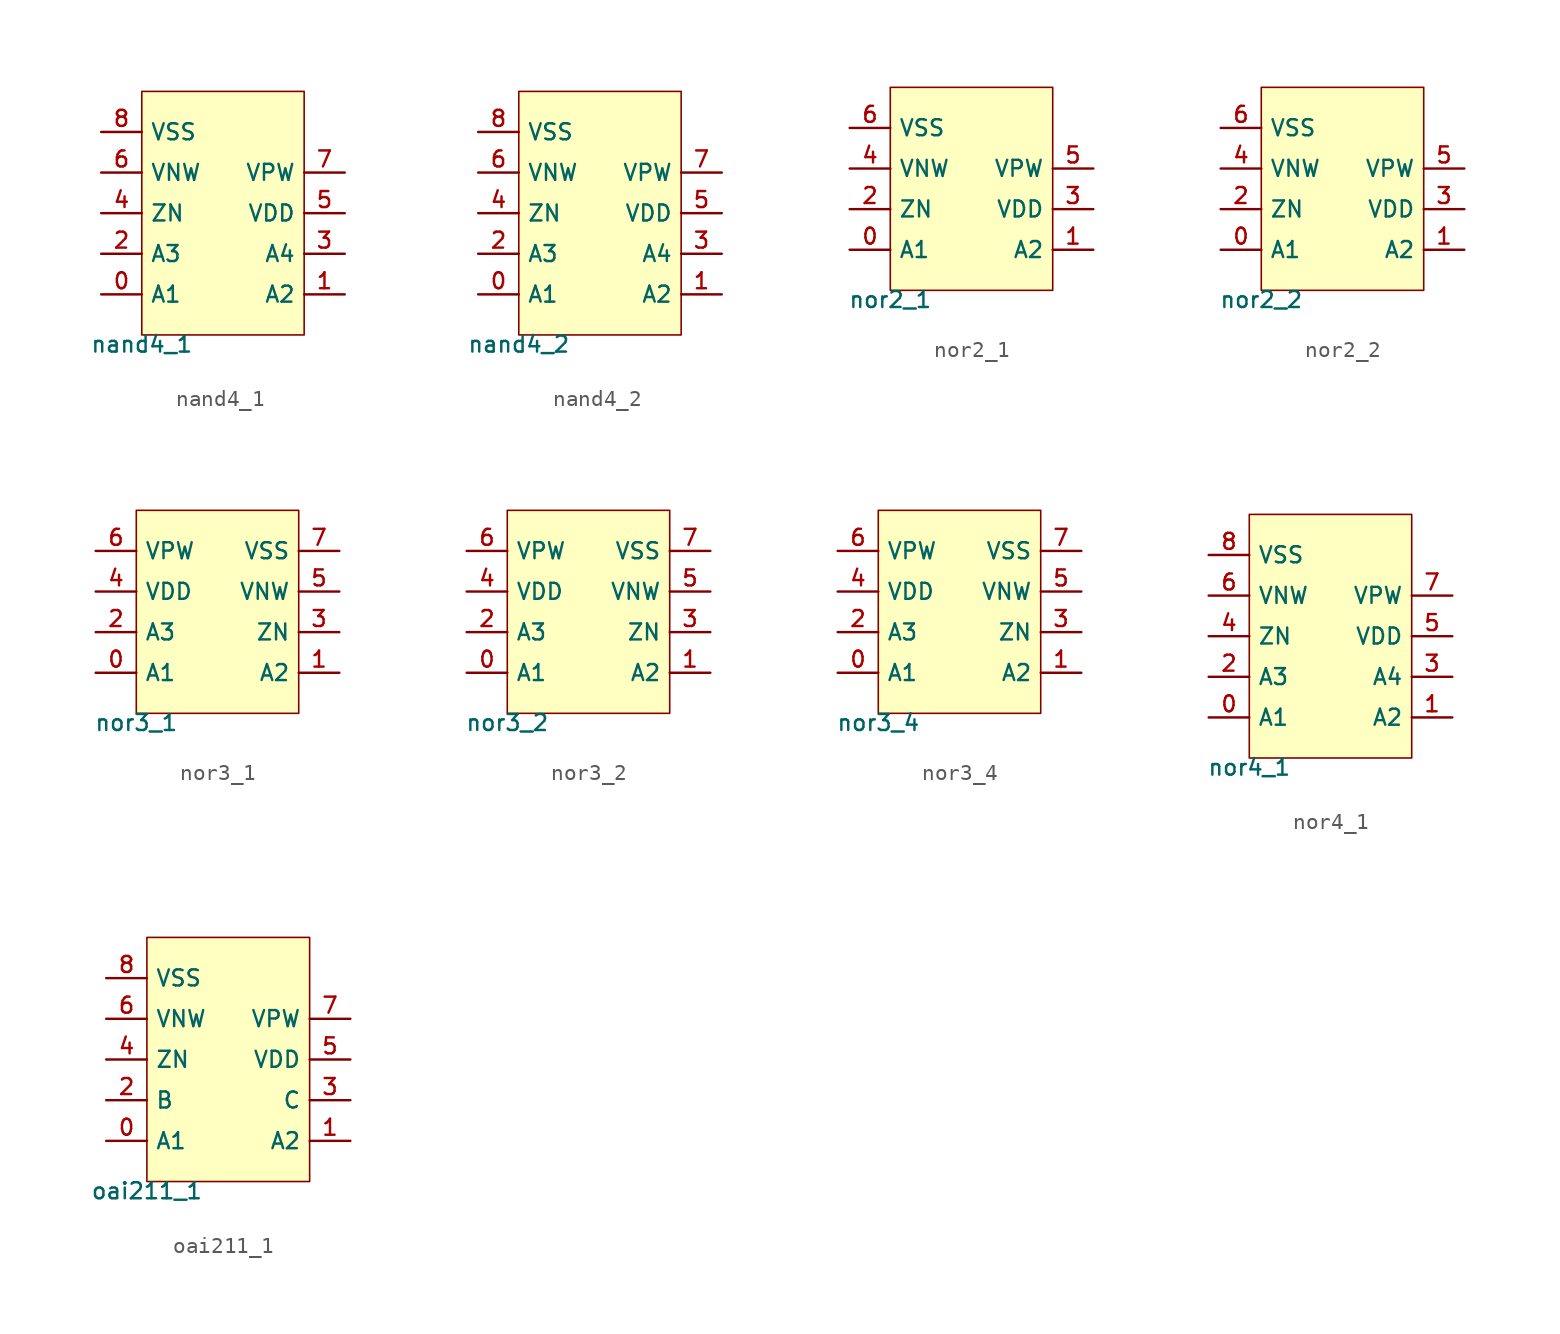
<source format=kicad_sym>
(kicad_symbol_lib
  (version 20211014)
  (generator pdk2kicad)
  (symbol "nand4_1"
    (property "Reference" "X"
      (at 0 0 0)
      (effects (font (size 1 1)) hide))
    (property "Value" "nand4_1"
      (at -5.08 -7.62 0)
      (effects (font (size 1 1)) (justify top)))
    (rectangle
      (start -5.08 -7.62)
      (end 5.08 7.62)
      (stroke (width 0.1) (type solid) (color 0 0 0 0))
      (fill (type background)))
    (pin bidirectional line
      (at -7.62 -5.08 0)
      (length 2.54)
      (name "A1" (effects (font (size 1 1)) hide))
      (number "0" (effects (font (size 1 1)) hide)))
    (pin bidirectional line
      (at 7.62 -5.08 180)
      (length 2.54)
      (name "A2" (effects (font (size 1 1)) hide))
      (number "1" (effects (font (size 1 1)) hide)))
    (pin bidirectional line
      (at -7.62 -2.54 0)
      (length 2.54)
      (name "A3" (effects (font (size 1 1)) hide))
      (number "2" (effects (font (size 1 1)) hide)))
    (pin bidirectional line
      (at 7.62 -2.54 180)
      (length 2.54)
      (name "A4" (effects (font (size 1 1)) hide))
      (number "3" (effects (font (size 1 1)) hide)))
    (pin bidirectional line
      (at -7.62 8.881784197001252e-16 0)
      (length 2.54)
      (name "ZN" (effects (font (size 1 1)) hide))
      (number "4" (effects (font (size 1 1)) hide)))
    (pin bidirectional line
      (at 7.62 8.881784197001252e-16 180)
      (length 2.54)
      (name "VDD" (effects (font (size 1 1)) hide))
      (number "5" (effects (font (size 1 1)) hide)))
    (pin bidirectional line
      (at -7.62 2.54 0)
      (length 2.54)
      (name "VNW" (effects (font (size 1 1)) hide))
      (number "6" (effects (font (size 1 1)) hide)))
    (pin bidirectional line
      (at 7.62 2.54 180)
      (length 2.54)
      (name "VPW" (effects (font (size 1 1)) hide))
      (number "7" (effects (font (size 1 1)) hide)))
    (pin bidirectional line
      (at -7.62 5.08 0)
      (length 2.54)
      (name "VSS" (effects (font (size 1 1)) hide))
      (number "8" (effects (font (size 1 1)) hide))))
  (symbol "nand4_2"
    (property "Reference" "X"
      (at 0 0 0)
      (effects (font (size 1 1)) hide))
    (property "Value" "nand4_2"
      (at -5.08 -7.62 0)
      (effects (font (size 1 1)) (justify top)))
    (rectangle
      (start -5.08 -7.62)
      (end 5.08 7.62)
      (stroke (width 0.1) (type solid) (color 0 0 0 0))
      (fill (type background)))
    (pin bidirectional line
      (at -7.62 -5.08 0)
      (length 2.54)
      (name "A1" (effects (font (size 1 1)) hide))
      (number "0" (effects (font (size 1 1)) hide)))
    (pin bidirectional line
      (at 7.62 -5.08 180)
      (length 2.54)
      (name "A2" (effects (font (size 1 1)) hide))
      (number "1" (effects (font (size 1 1)) hide)))
    (pin bidirectional line
      (at -7.62 -2.54 0)
      (length 2.54)
      (name "A3" (effects (font (size 1 1)) hide))
      (number "2" (effects (font (size 1 1)) hide)))
    (pin bidirectional line
      (at 7.62 -2.54 180)
      (length 2.54)
      (name "A4" (effects (font (size 1 1)) hide))
      (number "3" (effects (font (size 1 1)) hide)))
    (pin bidirectional line
      (at -7.62 8.881784197001252e-16 0)
      (length 2.54)
      (name "ZN" (effects (font (size 1 1)) hide))
      (number "4" (effects (font (size 1 1)) hide)))
    (pin bidirectional line
      (at 7.62 8.881784197001252e-16 180)
      (length 2.54)
      (name "VDD" (effects (font (size 1 1)) hide))
      (number "5" (effects (font (size 1 1)) hide)))
    (pin bidirectional line
      (at -7.62 2.54 0)
      (length 2.54)
      (name "VNW" (effects (font (size 1 1)) hide))
      (number "6" (effects (font (size 1 1)) hide)))
    (pin bidirectional line
      (at 7.62 2.54 180)
      (length 2.54)
      (name "VPW" (effects (font (size 1 1)) hide))
      (number "7" (effects (font (size 1 1)) hide)))
    (pin bidirectional line
      (at -7.62 5.08 0)
      (length 2.54)
      (name "VSS" (effects (font (size 1 1)) hide))
      (number "8" (effects (font (size 1 1)) hide))))
  (symbol "nor2_1"
    (property "Reference" "X"
      (at 0 0 0)
      (effects (font (size 1 1)) hide))
    (property "Value" "nor2_1"
      (at -5.08 -6.35 0)
      (effects (font (size 1 1)) (justify top)))
    (rectangle
      (start -5.08 -6.35)
      (end 5.08 6.35)
      (stroke (width 0.1) (type solid) (color 0 0 0 0))
      (fill (type background)))
    (pin bidirectional line
      (at -7.62 -3.81 0)
      (length 2.54)
      (name "A1" (effects (font (size 1 1)) hide))
      (number "0" (effects (font (size 1 1)) hide)))
    (pin bidirectional line
      (at 7.62 -3.81 180)
      (length 2.54)
      (name "A2" (effects (font (size 1 1)) hide))
      (number "1" (effects (font (size 1 1)) hide)))
    (pin bidirectional line
      (at -7.62 -1.27 0)
      (length 2.54)
      (name "ZN" (effects (font (size 1 1)) hide))
      (number "2" (effects (font (size 1 1)) hide)))
    (pin bidirectional line
      (at 7.62 -1.27 180)
      (length 2.54)
      (name "VDD" (effects (font (size 1 1)) hide))
      (number "3" (effects (font (size 1 1)) hide)))
    (pin bidirectional line
      (at -7.62 1.27 0)
      (length 2.54)
      (name "VNW" (effects (font (size 1 1)) hide))
      (number "4" (effects (font (size 1 1)) hide)))
    (pin bidirectional line
      (at 7.62 1.27 180)
      (length 2.54)
      (name "VPW" (effects (font (size 1 1)) hide))
      (number "5" (effects (font (size 1 1)) hide)))
    (pin bidirectional line
      (at -7.62 3.81 0)
      (length 2.54)
      (name "VSS" (effects (font (size 1 1)) hide))
      (number "6" (effects (font (size 1 1)) hide))))
  (symbol "nor2_2"
    (property "Reference" "X"
      (at 0 0 0)
      (effects (font (size 1 1)) hide))
    (property "Value" "nor2_2"
      (at -5.08 -6.35 0)
      (effects (font (size 1 1)) (justify top)))
    (rectangle
      (start -5.08 -6.35)
      (end 5.08 6.35)
      (stroke (width 0.1) (type solid) (color 0 0 0 0))
      (fill (type background)))
    (pin bidirectional line
      (at -7.62 -3.81 0)
      (length 2.54)
      (name "A1" (effects (font (size 1 1)) hide))
      (number "0" (effects (font (size 1 1)) hide)))
    (pin bidirectional line
      (at 7.62 -3.81 180)
      (length 2.54)
      (name "A2" (effects (font (size 1 1)) hide))
      (number "1" (effects (font (size 1 1)) hide)))
    (pin bidirectional line
      (at -7.62 -1.27 0)
      (length 2.54)
      (name "ZN" (effects (font (size 1 1)) hide))
      (number "2" (effects (font (size 1 1)) hide)))
    (pin bidirectional line
      (at 7.62 -1.27 180)
      (length 2.54)
      (name "VDD" (effects (font (size 1 1)) hide))
      (number "3" (effects (font (size 1 1)) hide)))
    (pin bidirectional line
      (at -7.62 1.27 0)
      (length 2.54)
      (name "VNW" (effects (font (size 1 1)) hide))
      (number "4" (effects (font (size 1 1)) hide)))
    (pin bidirectional line
      (at 7.62 1.27 180)
      (length 2.54)
      (name "VPW" (effects (font (size 1 1)) hide))
      (number "5" (effects (font (size 1 1)) hide)))
    (pin bidirectional line
      (at -7.62 3.81 0)
      (length 2.54)
      (name "VSS" (effects (font (size 1 1)) hide))
      (number "6" (effects (font (size 1 1)) hide))))
  (symbol "nor3_1"
    (property "Reference" "X"
      (at 0 0 0)
      (effects (font (size 1 1)) hide))
    (property "Value" "nor3_1"
      (at -5.08 -6.35 0)
      (effects (font (size 1 1)) (justify top)))
    (rectangle
      (start -5.08 -6.35)
      (end 5.08 6.35)
      (stroke (width 0.1) (type solid) (color 0 0 0 0))
      (fill (type background)))
    (pin bidirectional line
      (at -7.62 -3.81 0)
      (length 2.54)
      (name "A1" (effects (font (size 1 1)) hide))
      (number "0" (effects (font (size 1 1)) hide)))
    (pin bidirectional line
      (at 7.62 -3.81 180)
      (length 2.54)
      (name "A2" (effects (font (size 1 1)) hide))
      (number "1" (effects (font (size 1 1)) hide)))
    (pin bidirectional line
      (at -7.62 -1.27 0)
      (length 2.54)
      (name "A3" (effects (font (size 1 1)) hide))
      (number "2" (effects (font (size 1 1)) hide)))
    (pin bidirectional line
      (at 7.62 -1.27 180)
      (length 2.54)
      (name "ZN" (effects (font (size 1 1)) hide))
      (number "3" (effects (font (size 1 1)) hide)))
    (pin bidirectional line
      (at -7.62 1.27 0)
      (length 2.54)
      (name "VDD" (effects (font (size 1 1)) hide))
      (number "4" (effects (font (size 1 1)) hide)))
    (pin bidirectional line
      (at 7.62 1.27 180)
      (length 2.54)
      (name "VNW" (effects (font (size 1 1)) hide))
      (number "5" (effects (font (size 1 1)) hide)))
    (pin bidirectional line
      (at -7.62 3.81 0)
      (length 2.54)
      (name "VPW" (effects (font (size 1 1)) hide))
      (number "6" (effects (font (size 1 1)) hide)))
    (pin bidirectional line
      (at 7.62 3.81 180)
      (length 2.54)
      (name "VSS" (effects (font (size 1 1)) hide))
      (number "7" (effects (font (size 1 1)) hide))))
  (symbol "nor3_2"
    (property "Reference" "X"
      (at 0 0 0)
      (effects (font (size 1 1)) hide))
    (property "Value" "nor3_2"
      (at -5.08 -6.35 0)
      (effects (font (size 1 1)) (justify top)))
    (rectangle
      (start -5.08 -6.35)
      (end 5.08 6.35)
      (stroke (width 0.1) (type solid) (color 0 0 0 0))
      (fill (type background)))
    (pin bidirectional line
      (at -7.62 -3.81 0)
      (length 2.54)
      (name "A1" (effects (font (size 1 1)) hide))
      (number "0" (effects (font (size 1 1)) hide)))
    (pin bidirectional line
      (at 7.62 -3.81 180)
      (length 2.54)
      (name "A2" (effects (font (size 1 1)) hide))
      (number "1" (effects (font (size 1 1)) hide)))
    (pin bidirectional line
      (at -7.62 -1.27 0)
      (length 2.54)
      (name "A3" (effects (font (size 1 1)) hide))
      (number "2" (effects (font (size 1 1)) hide)))
    (pin bidirectional line
      (at 7.62 -1.27 180)
      (length 2.54)
      (name "ZN" (effects (font (size 1 1)) hide))
      (number "3" (effects (font (size 1 1)) hide)))
    (pin bidirectional line
      (at -7.62 1.27 0)
      (length 2.54)
      (name "VDD" (effects (font (size 1 1)) hide))
      (number "4" (effects (font (size 1 1)) hide)))
    (pin bidirectional line
      (at 7.62 1.27 180)
      (length 2.54)
      (name "VNW" (effects (font (size 1 1)) hide))
      (number "5" (effects (font (size 1 1)) hide)))
    (pin bidirectional line
      (at -7.62 3.81 0)
      (length 2.54)
      (name "VPW" (effects (font (size 1 1)) hide))
      (number "6" (effects (font (size 1 1)) hide)))
    (pin bidirectional line
      (at 7.62 3.81 180)
      (length 2.54)
      (name "VSS" (effects (font (size 1 1)) hide))
      (number "7" (effects (font (size 1 1)) hide))))
  (symbol "nor3_4"
    (property "Reference" "X"
      (at 0 0 0)
      (effects (font (size 1 1)) hide))
    (property "Value" "nor3_4"
      (at -5.08 -6.35 0)
      (effects (font (size 1 1)) (justify top)))
    (rectangle
      (start -5.08 -6.35)
      (end 5.08 6.35)
      (stroke (width 0.1) (type solid) (color 0 0 0 0))
      (fill (type background)))
    (pin bidirectional line
      (at -7.62 -3.81 0)
      (length 2.54)
      (name "A1" (effects (font (size 1 1)) hide))
      (number "0" (effects (font (size 1 1)) hide)))
    (pin bidirectional line
      (at 7.62 -3.81 180)
      (length 2.54)
      (name "A2" (effects (font (size 1 1)) hide))
      (number "1" (effects (font (size 1 1)) hide)))
    (pin bidirectional line
      (at -7.62 -1.27 0)
      (length 2.54)
      (name "A3" (effects (font (size 1 1)) hide))
      (number "2" (effects (font (size 1 1)) hide)))
    (pin bidirectional line
      (at 7.62 -1.27 180)
      (length 2.54)
      (name "ZN" (effects (font (size 1 1)) hide))
      (number "3" (effects (font (size 1 1)) hide)))
    (pin bidirectional line
      (at -7.62 1.27 0)
      (length 2.54)
      (name "VDD" (effects (font (size 1 1)) hide))
      (number "4" (effects (font (size 1 1)) hide)))
    (pin bidirectional line
      (at 7.62 1.27 180)
      (length 2.54)
      (name "VNW" (effects (font (size 1 1)) hide))
      (number "5" (effects (font (size 1 1)) hide)))
    (pin bidirectional line
      (at -7.62 3.81 0)
      (length 2.54)
      (name "VPW" (effects (font (size 1 1)) hide))
      (number "6" (effects (font (size 1 1)) hide)))
    (pin bidirectional line
      (at 7.62 3.81 180)
      (length 2.54)
      (name "VSS" (effects (font (size 1 1)) hide))
      (number "7" (effects (font (size 1 1)) hide))))
  (symbol "nor4_1"
    (property "Reference" "X"
      (at 0 0 0)
      (effects (font (size 1 1)) hide))
    (property "Value" "nor4_1"
      (at -5.08 -7.62 0)
      (effects (font (size 1 1)) (justify top)))
    (rectangle
      (start -5.08 -7.62)
      (end 5.08 7.62)
      (stroke (width 0.1) (type solid) (color 0 0 0 0))
      (fill (type background)))
    (pin bidirectional line
      (at -7.62 -5.08 0)
      (length 2.54)
      (name "A1" (effects (font (size 1 1)) hide))
      (number "0" (effects (font (size 1 1)) hide)))
    (pin bidirectional line
      (at 7.62 -5.08 180)
      (length 2.54)
      (name "A2" (effects (font (size 1 1)) hide))
      (number "1" (effects (font (size 1 1)) hide)))
    (pin bidirectional line
      (at -7.62 -2.54 0)
      (length 2.54)
      (name "A3" (effects (font (size 1 1)) hide))
      (number "2" (effects (font (size 1 1)) hide)))
    (pin bidirectional line
      (at 7.62 -2.54 180)
      (length 2.54)
      (name "A4" (effects (font (size 1 1)) hide))
      (number "3" (effects (font (size 1 1)) hide)))
    (pin bidirectional line
      (at -7.62 8.881784197001252e-16 0)
      (length 2.54)
      (name "ZN" (effects (font (size 1 1)) hide))
      (number "4" (effects (font (size 1 1)) hide)))
    (pin bidirectional line
      (at 7.62 8.881784197001252e-16 180)
      (length 2.54)
      (name "VDD" (effects (font (size 1 1)) hide))
      (number "5" (effects (font (size 1 1)) hide)))
    (pin bidirectional line
      (at -7.62 2.54 0)
      (length 2.54)
      (name "VNW" (effects (font (size 1 1)) hide))
      (number "6" (effects (font (size 1 1)) hide)))
    (pin bidirectional line
      (at 7.62 2.54 180)
      (length 2.54)
      (name "VPW" (effects (font (size 1 1)) hide))
      (number "7" (effects (font (size 1 1)) hide)))
    (pin bidirectional line
      (at -7.62 5.08 0)
      (length 2.54)
      (name "VSS" (effects (font (size 1 1)) hide))
      (number "8" (effects (font (size 1 1)) hide))))
  (symbol "oai211_1"
    (property "Reference" "X"
      (at 0 0 0)
      (effects (font (size 1 1)) hide))
    (property "Value" "oai211_1"
      (at -5.08 -7.62 0)
      (effects (font (size 1 1)) (justify top)))
    (rectangle
      (start -5.08 -7.62)
      (end 5.08 7.62)
      (stroke (width 0.1) (type solid) (color 0 0 0 0))
      (fill (type background)))
    (pin bidirectional line
      (at -7.62 -5.08 0)
      (length 2.54)
      (name "A1" (effects (font (size 1 1)) hide))
      (number "0" (effects (font (size 1 1)) hide)))
    (pin bidirectional line
      (at 7.62 -5.08 180)
      (length 2.54)
      (name "A2" (effects (font (size 1 1)) hide))
      (number "1" (effects (font (size 1 1)) hide)))
    (pin bidirectional line
      (at -7.62 -2.54 0)
      (length 2.54)
      (name "B" (effects (font (size 1 1)) hide))
      (number "2" (effects (font (size 1 1)) hide)))
    (pin bidirectional line
      (at 7.62 -2.54 180)
      (length 2.54)
      (name "C" (effects (font (size 1 1)) hide))
      (number "3" (effects (font (size 1 1)) hide)))
    (pin bidirectional line
      (at -7.62 8.881784197001252e-16 0)
      (length 2.54)
      (name "ZN" (effects (font (size 1 1)) hide))
      (number "4" (effects (font (size 1 1)) hide)))
    (pin bidirectional line
      (at 7.62 8.881784197001252e-16 180)
      (length 2.54)
      (name "VDD" (effects (font (size 1 1)) hide))
      (number "5" (effects (font (size 1 1)) hide)))
    (pin bidirectional line
      (at -7.62 2.54 0)
      (length 2.54)
      (name "VNW" (effects (font (size 1 1)) hide))
      (number "6" (effects (font (size 1 1)) hide)))
    (pin bidirectional line
      (at 7.62 2.54 180)
      (length 2.54)
      (name "VPW" (effects (font (size 1 1)) hide))
      (number "7" (effects (font (size 1 1)) hide)))
    (pin bidirectional line
      (at -7.62 5.08 0)
      (length 2.54)
      (name "VSS" (effects (font (size 1 1)) hide))
      (number "8" (effects (font (size 1 1)) hide)))))
</source>
